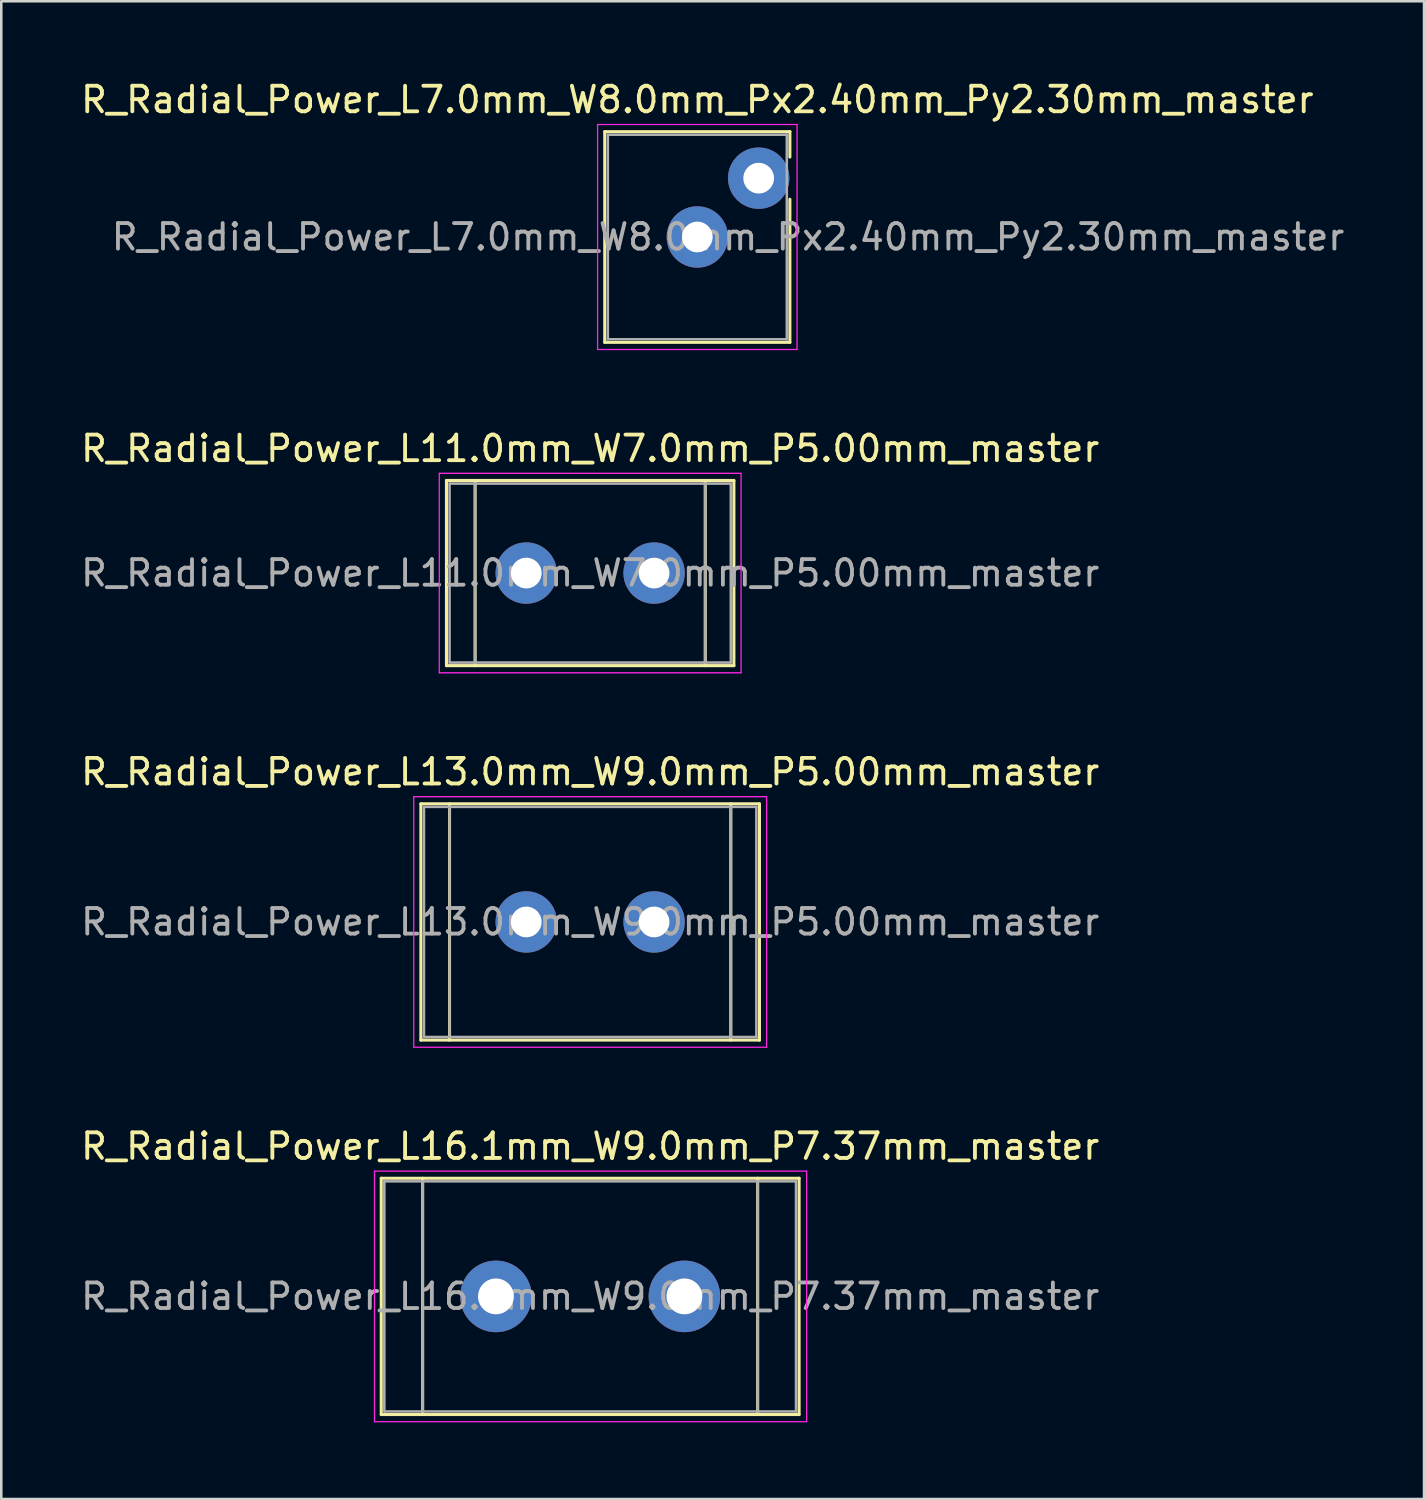
<source format=kicad_pcb>
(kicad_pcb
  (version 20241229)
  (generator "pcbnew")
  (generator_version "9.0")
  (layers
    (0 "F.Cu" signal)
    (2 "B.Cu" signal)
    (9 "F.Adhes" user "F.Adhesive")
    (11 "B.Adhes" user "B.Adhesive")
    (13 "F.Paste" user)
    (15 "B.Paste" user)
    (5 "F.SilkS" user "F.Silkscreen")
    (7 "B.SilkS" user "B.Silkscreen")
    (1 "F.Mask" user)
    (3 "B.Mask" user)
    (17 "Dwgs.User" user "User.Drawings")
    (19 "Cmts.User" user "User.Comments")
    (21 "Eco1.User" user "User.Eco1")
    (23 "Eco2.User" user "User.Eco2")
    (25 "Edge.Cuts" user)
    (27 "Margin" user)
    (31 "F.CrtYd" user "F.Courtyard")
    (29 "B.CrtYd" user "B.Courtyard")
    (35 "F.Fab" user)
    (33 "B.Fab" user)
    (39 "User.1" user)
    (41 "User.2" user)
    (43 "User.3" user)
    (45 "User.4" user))
  (footprint "R_Radial_Power_L11.0mm_W7.0mm_P5.00mm_master"
    (layer "F.Cu")
    (at 17.53 19.361)
    (property "Reference" "R_Radial_Power_L11.0mm_W7.0mm_P5.00mm_master" (at 2.5 -4.87 0) (layer "F.SilkS") (effects (font (size 1 1) (thickness 0.15))))
    (attr through_hole)
    (fp_line (start -3.12 -3.62) (end -3.12 3.62) (stroke (width 0.12) (type solid)) (layer "F.SilkS"))
    (fp_line (start -3.12 -3.62) (end 8.12 -3.62) (stroke (width 0.12) (type solid)) (layer "F.SilkS"))
    (fp_line (start -3.12 3.62) (end 8.12 3.62) (stroke (width 0.12) (type solid)) (layer "F.SilkS"))
    (fp_line (start -2 -3.62) (end -2 3.62) (stroke (width 0.12) (type solid)) (layer "F.SilkS"))
    (fp_line (start 7 -3.62) (end 7 3.62) (stroke (width 0.12) (type solid)) (layer "F.SilkS"))
    (fp_line (start 8.12 -3.62) (end 8.12 3.62) (stroke (width 0.12) (type solid)) (layer "F.SilkS"))
    (fp_line (start -3.4 -3.9) (end -3.4 3.9) (stroke (width 0.05) (type solid)) (layer "F.CrtYd"))
    (fp_line (start -3.4 3.9) (end 8.4 3.9) (stroke (width 0.05) (type solid)) (layer "F.CrtYd"))
    (fp_line (start 8.4 -3.9) (end -3.4 -3.9) (stroke (width 0.05) (type solid)) (layer "F.CrtYd"))
    (fp_line (start 8.4 3.9) (end 8.4 -3.9) (stroke (width 0.05) (type solid)) (layer "F.CrtYd"))
    (fp_line (start -3 -3.5) (end -3 3.5) (stroke (width 0.1) (type solid)) (layer "F.Fab"))
    (fp_line (start -3 3.5) (end 8 3.5) (stroke (width 0.1) (type solid)) (layer "F.Fab"))
    (fp_line (start -2 -3.5) (end -2 3.5) (stroke (width 0.1) (type solid)) (layer "F.Fab"))
    (fp_line (start 7 -3.5) (end 7 3.5) (stroke (width 0.1) (type solid)) (layer "F.Fab"))
    (fp_line (start 8 -3.5) (end -3 -3.5) (stroke (width 0.1) (type solid)) (layer "F.Fab"))
    (fp_line (start 8 3.5) (end 8 -3.5) (stroke (width 0.1) (type solid)) (layer "F.Fab"))
    (fp_text user "${REFERENCE}" (at 2.5 0 0) (layer "F.Fab") (effects (font (size 1 1) (thickness 0.15))))
    (pad "1" thru_hole circle (at 0 0) (size 2.4 2.4) (drill 1.2) (layers "*.Cu" "*.Mask"))
    (pad "2" thru_hole circle (at 5 0) (size 2.4 2.4) (drill 1.2) (layers "*.Cu" "*.Mask")))
  (footprint "R_Radial_Power_L16.1mm_W9.0mm_P7.37mm_master"
    (layer "F.Cu")
    (at 16.345 47.648)
    (property "Reference" "R_Radial_Power_L16.1mm_W9.0mm_P7.37mm_master" (at 3.685 -5.87 0) (layer "F.SilkS") (effects (font (size 1 1) (thickness 0.15))))
    (attr through_hole)
    (fp_line (start -4.485 -4.62) (end -4.485 4.62) (stroke (width 0.12) (type solid)) (layer "F.SilkS"))
    (fp_line (start -4.485 -4.62) (end 11.855 -4.62) (stroke (width 0.12) (type solid)) (layer "F.SilkS"))
    (fp_line (start -4.485 4.62) (end 11.855 4.62) (stroke (width 0.12) (type solid)) (layer "F.SilkS"))
    (fp_line (start -2.866 -4.62) (end -2.866 4.62) (stroke (width 0.12) (type solid)) (layer "F.SilkS"))
    (fp_line (start 10.236 -4.62) (end 10.236 4.62) (stroke (width 0.12) (type solid)) (layer "F.SilkS"))
    (fp_line (start 11.855 -4.62) (end 11.855 4.62) (stroke (width 0.12) (type solid)) (layer "F.SilkS"))
    (fp_line (start -4.75 -4.9) (end -4.75 4.9) (stroke (width 0.05) (type solid)) (layer "F.CrtYd"))
    (fp_line (start -4.75 4.9) (end 12.15 4.9) (stroke (width 0.05) (type solid)) (layer "F.CrtYd"))
    (fp_line (start 12.15 -4.9) (end -4.75 -4.9) (stroke (width 0.05) (type solid)) (layer "F.CrtYd"))
    (fp_line (start 12.15 4.9) (end 12.15 -4.9) (stroke (width 0.05) (type solid)) (layer "F.CrtYd"))
    (fp_line (start -4.365 -4.5) (end -4.365 4.5) (stroke (width 0.1) (type solid)) (layer "F.Fab"))
    (fp_line (start -4.365 4.5) (end 11.735 4.5) (stroke (width 0.1) (type solid)) (layer "F.Fab"))
    (fp_line (start -2.865 -4.5) (end -2.865 4.5) (stroke (width 0.1) (type solid)) (layer "F.Fab"))
    (fp_line (start 10.235 -4.5) (end 10.235 4.5) (stroke (width 0.1) (type solid)) (layer "F.Fab"))
    (fp_line (start 11.735 -4.5) (end -4.365 -4.5) (stroke (width 0.1) (type solid)) (layer "F.Fab"))
    (fp_line (start 11.735 4.5) (end 11.735 -4.5) (stroke (width 0.1) (type solid)) (layer "F.Fab"))
    (fp_text user "${REFERENCE}" (at 3.685 0 0) (layer "F.Fab") (effects (font (size 1 1) (thickness 0.15))))
    (pad "1" thru_hole circle (at 0 0) (size 2.8 2.8) (drill 1.4) (layers "*.Cu" "*.Mask"))
    (pad "2" thru_hole circle (at 7.37 0) (size 2.8 2.8) (drill 1.4) (layers "*.Cu" "*.Mask")))
  (footprint "R_Radial_Power_L7.0mm_W8.0mm_Px2.40mm_Py2.30mm_master"
    (layer "F.Cu")
    (at 24.22 6.218)
    (property "Reference" "R_Radial_Power_L7.0mm_W8.0mm_Px2.40mm_Py2.30mm_master" (at 0 -5.37 0) (layer "F.SilkS") (effects (font (size 1 1) (thickness 0.15))))
    (attr through_hole)
    (fp_line (start -3.62 -4.12) (end -3.62 4.12) (stroke (width 0.12) (type solid)) (layer "F.SilkS"))
    (fp_line (start -3.62 -4.12) (end 3.62 -4.12) (stroke (width 0.12) (type solid)) (layer "F.SilkS"))
    (fp_line (start -3.62 4.12) (end 3.62 4.12) (stroke (width 0.12) (type solid)) (layer "F.SilkS"))
    (fp_line (start 3.62 -4.12) (end 3.62 -3.125) (stroke (width 0.12) (type solid)) (layer "F.SilkS"))
    (fp_line (start 3.62 -1.475) (end 3.62 4.12) (stroke (width 0.12) (type solid)) (layer "F.SilkS"))
    (fp_line (start -3.9 -4.4) (end -3.9 4.4) (stroke (width 0.05) (type solid)) (layer "F.CrtYd"))
    (fp_line (start -3.9 4.4) (end 3.9 4.4) (stroke (width 0.05) (type solid)) (layer "F.CrtYd"))
    (fp_line (start 3.9 -4.4) (end -3.9 -4.4) (stroke (width 0.05) (type solid)) (layer "F.CrtYd"))
    (fp_line (start 3.9 4.4) (end 3.9 -4.4) (stroke (width 0.05) (type solid)) (layer "F.CrtYd"))
    (fp_line (start -3.5 -4) (end -3.5 4) (stroke (width 0.1) (type solid)) (layer "F.Fab"))
    (fp_line (start -3.5 4) (end 3.5 4) (stroke (width 0.1) (type solid)) (layer "F.Fab"))
    (fp_line (start 3.5 -4) (end -3.5 -4) (stroke (width 0.1) (type solid)) (layer "F.Fab"))
    (fp_line (start 3.5 4) (end 3.5 -4) (stroke (width 0.1) (type solid)) (layer "F.Fab"))
    (fp_text user "${REFERENCE}" (at 1.2 0 0) (layer "F.Fab") (effects (font (size 1 1) (thickness 0.15))))
    (pad "1" thru_hole circle (at 0 0) (size 2.4 2.4) (drill 1.2) (layers "*.Cu" "*.Mask"))
    (pad "2" thru_hole circle (at 2.4 -2.3) (size 2.4 2.4) (drill 1.2) (layers "*.Cu" "*.Mask")))
  (footprint "R_Radial_Power_L13.0mm_W9.0mm_P5.00mm_master"
    (layer "F.Cu")
    (at 17.53 33.005)
    (property "Reference" "R_Radial_Power_L13.0mm_W9.0mm_P5.00mm_master" (at 2.5 -5.87 0) (layer "F.SilkS") (effects (font (size 1 1) (thickness 0.15))))
    (attr through_hole)
    (fp_line (start -4.12 -4.62) (end -4.12 4.62) (stroke (width 0.12) (type solid)) (layer "F.SilkS"))
    (fp_line (start -4.12 -4.62) (end 9.12 -4.62) (stroke (width 0.12) (type solid)) (layer "F.SilkS"))
    (fp_line (start -4.12 4.62) (end 9.12 4.62) (stroke (width 0.12) (type solid)) (layer "F.SilkS"))
    (fp_line (start -3 -4.62) (end -3 4.62) (stroke (width 0.12) (type solid)) (layer "F.SilkS"))
    (fp_line (start 8 -4.62) (end 8 4.62) (stroke (width 0.12) (type solid)) (layer "F.SilkS"))
    (fp_line (start 9.12 -4.62) (end 9.12 4.62) (stroke (width 0.12) (type solid)) (layer "F.SilkS"))
    (fp_line (start -4.4 -4.9) (end -4.4 4.9) (stroke (width 0.05) (type solid)) (layer "F.CrtYd"))
    (fp_line (start -4.4 4.9) (end 9.4 4.9) (stroke (width 0.05) (type solid)) (layer "F.CrtYd"))
    (fp_line (start 9.4 -4.9) (end -4.4 -4.9) (stroke (width 0.05) (type solid)) (layer "F.CrtYd"))
    (fp_line (start 9.4 4.9) (end 9.4 -4.9) (stroke (width 0.05) (type solid)) (layer "F.CrtYd"))
    (fp_line (start -4 -4.5) (end -4 4.5) (stroke (width 0.1) (type solid)) (layer "F.Fab"))
    (fp_line (start -4 4.5) (end 9 4.5) (stroke (width 0.1) (type solid)) (layer "F.Fab"))
    (fp_line (start -3 -4.5) (end -3 4.5) (stroke (width 0.1) (type solid)) (layer "F.Fab"))
    (fp_line (start 8 -4.5) (end 8 4.5) (stroke (width 0.1) (type solid)) (layer "F.Fab"))
    (fp_line (start 9 -4.5) (end -4 -4.5) (stroke (width 0.1) (type solid)) (layer "F.Fab"))
    (fp_line (start 9 4.5) (end 9 -4.5) (stroke (width 0.1) (type solid)) (layer "F.Fab"))
    (fp_text user "${REFERENCE}" (at 2.5 0 0) (layer "F.Fab") (effects (font (size 1 1) (thickness 0.15))))
    (pad "1" thru_hole circle (at 0 0) (size 2.4 2.4) (drill 1.2) (layers "*.Cu" "*.Mask"))
    (pad "2" thru_hole circle (at 5 0) (size 2.4 2.4) (drill 1.2) (layers "*.Cu" "*.Mask")))
  (gr_rect
    (start -3 -3)
    (end 52.64 55.573)
    (stroke (width 0.1) (type default))
    (fill no)
    (layer "Edge.Cuts")))
</source>
